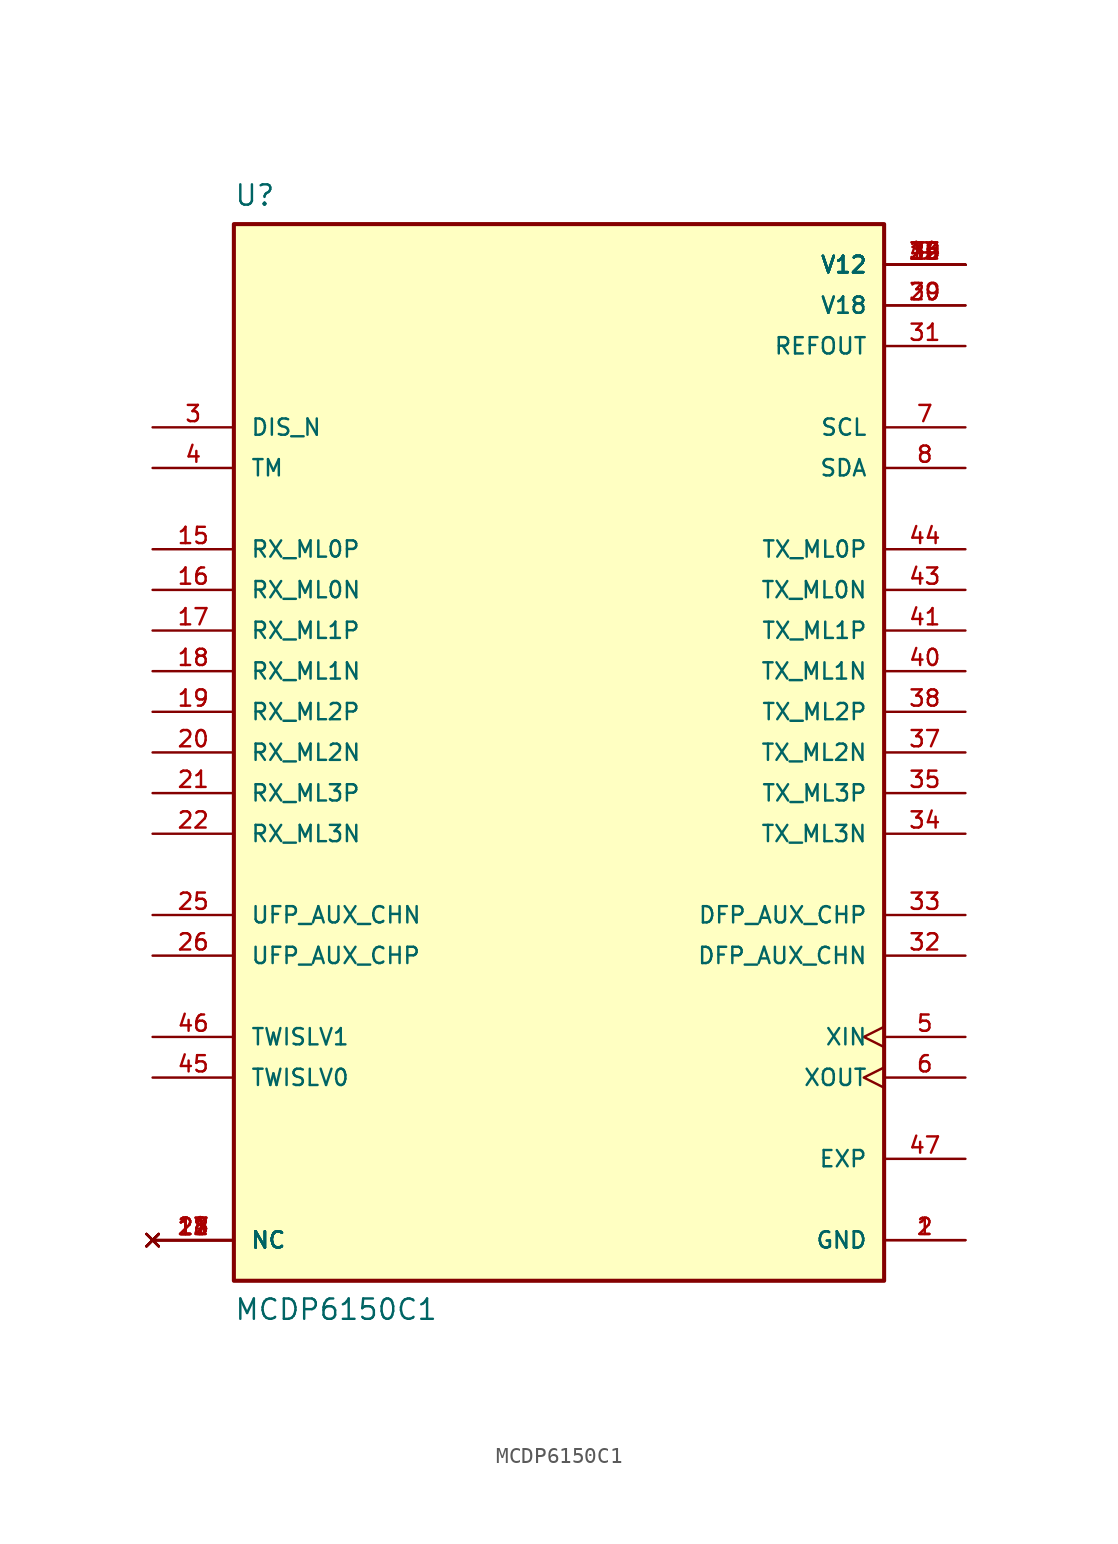
<source format=kicad_sym>
(kicad_symbol_lib
  (version 20211014)
  (generator kicad_symbol_editor)
  (symbol "MCDP6150C1"
    (pin_names
      (offset 1.016))
    (property "Reference" "U"
      (at -20.32 35.56 0)
      (effects (font (size 1.27 1.27)) (justify top left)))
    (property "Value" "MCDP6150C1"
      (at -20.32 -35.56 0)
      (effects (font (size 1.27 1.27)) (justify bottom left)))
    (symbol "MCDP6150C1_0_0"
      (rectangle (start -20.32 -33.02) (end 20.32 33.02) (stroke (width 0.254)) (fill (type background)))
      (pin power_in line (at 25.4 -30.48 180.0) (length 5.08) (name "GND" (effects (font (size 1.016 1.016)))) (number "1" (effects (font (size 1.016 1.016)))))
      (pin power_in line (at 25.4 -30.48 180.0) (length 5.08) (name "GND" (effects (font (size 1.016 1.016)))) (number "2" (effects (font (size 1.016 1.016)))))
      (pin input line (at -25.4 20.32 0) (length 5.08) (name "DIS_N" (effects (font (size 1.016 1.016)))) (number "3" (effects (font (size 1.016 1.016)))))
      (pin input line (at -25.4 17.78 0) (length 5.08) (name "TM" (effects (font (size 1.016 1.016)))) (number "4" (effects (font (size 1.016 1.016)))))
      (pin input clock (at 25.4 -17.78 180.0) (length 5.08) (name "XIN" (effects (font (size 1.016 1.016)))) (number "5" (effects (font (size 1.016 1.016)))))
      (pin output clock (at 25.4 -20.32 180.0) (length 5.08) (name "XOUT" (effects (font (size 1.016 1.016)))) (number "6" (effects (font (size 1.016 1.016)))))
      (pin input line (at 25.4 20.32 180.0) (length 5.08) (name "SCL" (effects (font (size 1.016 1.016)))) (number "7" (effects (font (size 1.016 1.016)))))
      (pin bidirectional line (at 25.4 17.78 180.0) (length 5.08) (name "SDA" (effects (font (size 1.016 1.016)))) (number "8" (effects (font (size 1.016 1.016)))))
      (pin power_in line (at 25.4 30.48 180.0) (length 5.08) (name "V12" (effects (font (size 1.016 1.016)))) (number "9" (effects (font (size 1.016 1.016)))))
      (pin power_in line (at 25.4 30.48 180.0) (length 5.08) (name "V12" (effects (font (size 1.016 1.016)))) (number "10" (effects (font (size 1.016 1.016)))))
      (pin power_in line (at 25.4 30.48 180.0) (length 5.08) (name "V12" (effects (font (size 1.016 1.016)))) (number "23" (effects (font (size 1.016 1.016)))))
      (pin power_in line (at 25.4 30.48 180.0) (length 5.08) (name "V12" (effects (font (size 1.016 1.016)))) (number "24" (effects (font (size 1.016 1.016)))))
      (pin power_in line (at 25.4 30.48 180.0) (length 5.08) (name "V12" (effects (font (size 1.016 1.016)))) (number "36" (effects (font (size 1.016 1.016)))))
      (pin power_in line (at 25.4 30.48 180.0) (length 5.08) (name "V12" (effects (font (size 1.016 1.016)))) (number "39" (effects (font (size 1.016 1.016)))))
      (pin power_in line (at 25.4 30.48 180.0) (length 5.08) (name "V12" (effects (font (size 1.016 1.016)))) (number "42" (effects (font (size 1.016 1.016)))))
      (pin no_connect line (at -25.4 -30.48 0) (length 5.08) (name "NC" (effects (font (size 1.016 1.016)))) (number "11" (effects (font (size 1.016 1.016)))))
      (pin no_connect line (at -25.4 -30.48 0) (length 5.08) (name "NC" (effects (font (size 1.016 1.016)))) (number "12" (effects (font (size 1.016 1.016)))))
      (pin no_connect line (at -25.4 -30.48 0) (length 5.08) (name "NC" (effects (font (size 1.016 1.016)))) (number "13" (effects (font (size 1.016 1.016)))))
      (pin no_connect line (at -25.4 -30.48 0) (length 5.08) (name "NC" (effects (font (size 1.016 1.016)))) (number "14" (effects (font (size 1.016 1.016)))))
      (pin no_connect line (at -25.4 -30.48 0) (length 5.08) (name "NC" (effects (font (size 1.016 1.016)))) (number "27" (effects (font (size 1.016 1.016)))))
      (pin no_connect line (at -25.4 -30.48 0) (length 5.08) (name "NC" (effects (font (size 1.016 1.016)))) (number "28" (effects (font (size 1.016 1.016)))))
      (pin input line (at -25.4 12.7 0) (length 5.08) (name "RX_ML0P" (effects (font (size 1.016 1.016)))) (number "15" (effects (font (size 1.016 1.016)))))
      (pin input line (at -25.4 10.16 0) (length 5.08) (name "RX_ML0N" (effects (font (size 1.016 1.016)))) (number "16" (effects (font (size 1.016 1.016)))))
      (pin input line (at -25.4 7.62 0) (length 5.08) (name "RX_ML1P" (effects (font (size 1.016 1.016)))) (number "17" (effects (font (size 1.016 1.016)))))
      (pin input line (at -25.4 5.08 0) (length 5.08) (name "RX_ML1N" (effects (font (size 1.016 1.016)))) (number "18" (effects (font (size 1.016 1.016)))))
      (pin input line (at -25.4 2.54 0) (length 5.08) (name "RX_ML2P" (effects (font (size 1.016 1.016)))) (number "19" (effects (font (size 1.016 1.016)))))
      (pin input line (at -25.4 0.0 0) (length 5.08) (name "RX_ML2N" (effects (font (size 1.016 1.016)))) (number "20" (effects (font (size 1.016 1.016)))))
      (pin input line (at -25.4 -2.54 0) (length 5.08) (name "RX_ML3P" (effects (font (size 1.016 1.016)))) (number "21" (effects (font (size 1.016 1.016)))))
      (pin input line (at -25.4 -5.08 0) (length 5.08) (name "RX_ML3N" (effects (font (size 1.016 1.016)))) (number "22" (effects (font (size 1.016 1.016)))))
      (pin bidirectional line (at -25.4 -10.16 0) (length 5.08) (name "UFP_AUX_CHN" (effects (font (size 1.016 1.016)))) (number "25" (effects (font (size 1.016 1.016)))))
      (pin bidirectional line (at -25.4 -12.7 0) (length 5.08) (name "UFP_AUX_CHP" (effects (font (size 1.016 1.016)))) (number "26" (effects (font (size 1.016 1.016)))))
      (pin power_in line (at 25.4 27.94 180.0) (length 5.08) (name "V18" (effects (font (size 1.016 1.016)))) (number "29" (effects (font (size 1.016 1.016)))))
      (pin power_in line (at 25.4 27.94 180.0) (length 5.08) (name "V18" (effects (font (size 1.016 1.016)))) (number "30" (effects (font (size 1.016 1.016)))))
      (pin output line (at 25.4 25.4 180.0) (length 5.08) (name "REFOUT" (effects (font (size 1.016 1.016)))) (number "31" (effects (font (size 1.016 1.016)))))
      (pin bidirectional line (at 25.4 -12.7 180.0) (length 5.08) (name "DFP_AUX_CHN" (effects (font (size 1.016 1.016)))) (number "32" (effects (font (size 1.016 1.016)))))
      (pin bidirectional line (at 25.4 -10.16 180.0) (length 5.08) (name "DFP_AUX_CHP" (effects (font (size 1.016 1.016)))) (number "33" (effects (font (size 1.016 1.016)))))
      (pin output line (at 25.4 -5.08 180.0) (length 5.08) (name "TX_ML3N" (effects (font (size 1.016 1.016)))) (number "34" (effects (font (size 1.016 1.016)))))
      (pin output line (at 25.4 -2.54 180.0) (length 5.08) (name "TX_ML3P" (effects (font (size 1.016 1.016)))) (number "35" (effects (font (size 1.016 1.016)))))
      (pin output line (at 25.4 0.0 180.0) (length 5.08) (name "TX_ML2N" (effects (font (size 1.016 1.016)))) (number "37" (effects (font (size 1.016 1.016)))))
      (pin output line (at 25.4 2.54 180.0) (length 5.08) (name "TX_ML2P" (effects (font (size 1.016 1.016)))) (number "38" (effects (font (size 1.016 1.016)))))
      (pin output line (at 25.4 5.08 180.0) (length 5.08) (name "TX_ML1N" (effects (font (size 1.016 1.016)))) (number "40" (effects (font (size 1.016 1.016)))))
      (pin output line (at 25.4 7.62 180.0) (length 5.08) (name "TX_ML1P" (effects (font (size 1.016 1.016)))) (number "41" (effects (font (size 1.016 1.016)))))
      (pin output line (at 25.4 10.16 180.0) (length 5.08) (name "TX_ML0N" (effects (font (size 1.016 1.016)))) (number "43" (effects (font (size 1.016 1.016)))))
      (pin output line (at 25.4 12.7 180.0) (length 5.08) (name "TX_ML0P" (effects (font (size 1.016 1.016)))) (number "44" (effects (font (size 1.016 1.016)))))
      (pin input line (at -25.4 -20.32 0) (length 5.08) (name "TWISLV0" (effects (font (size 1.016 1.016)))) (number "45" (effects (font (size 1.016 1.016)))))
      (pin input line (at -25.4 -17.78 0) (length 5.08) (name "TWISLV1" (effects (font (size 1.016 1.016)))) (number "46" (effects (font (size 1.016 1.016)))))
      (pin power_in line (at 25.4 -25.4 180.0) (length 5.08) (name "EXP" (effects (font (size 1.016 1.016)))) (number "47" (effects (font (size 1.016 1.016))))))))
</source>
